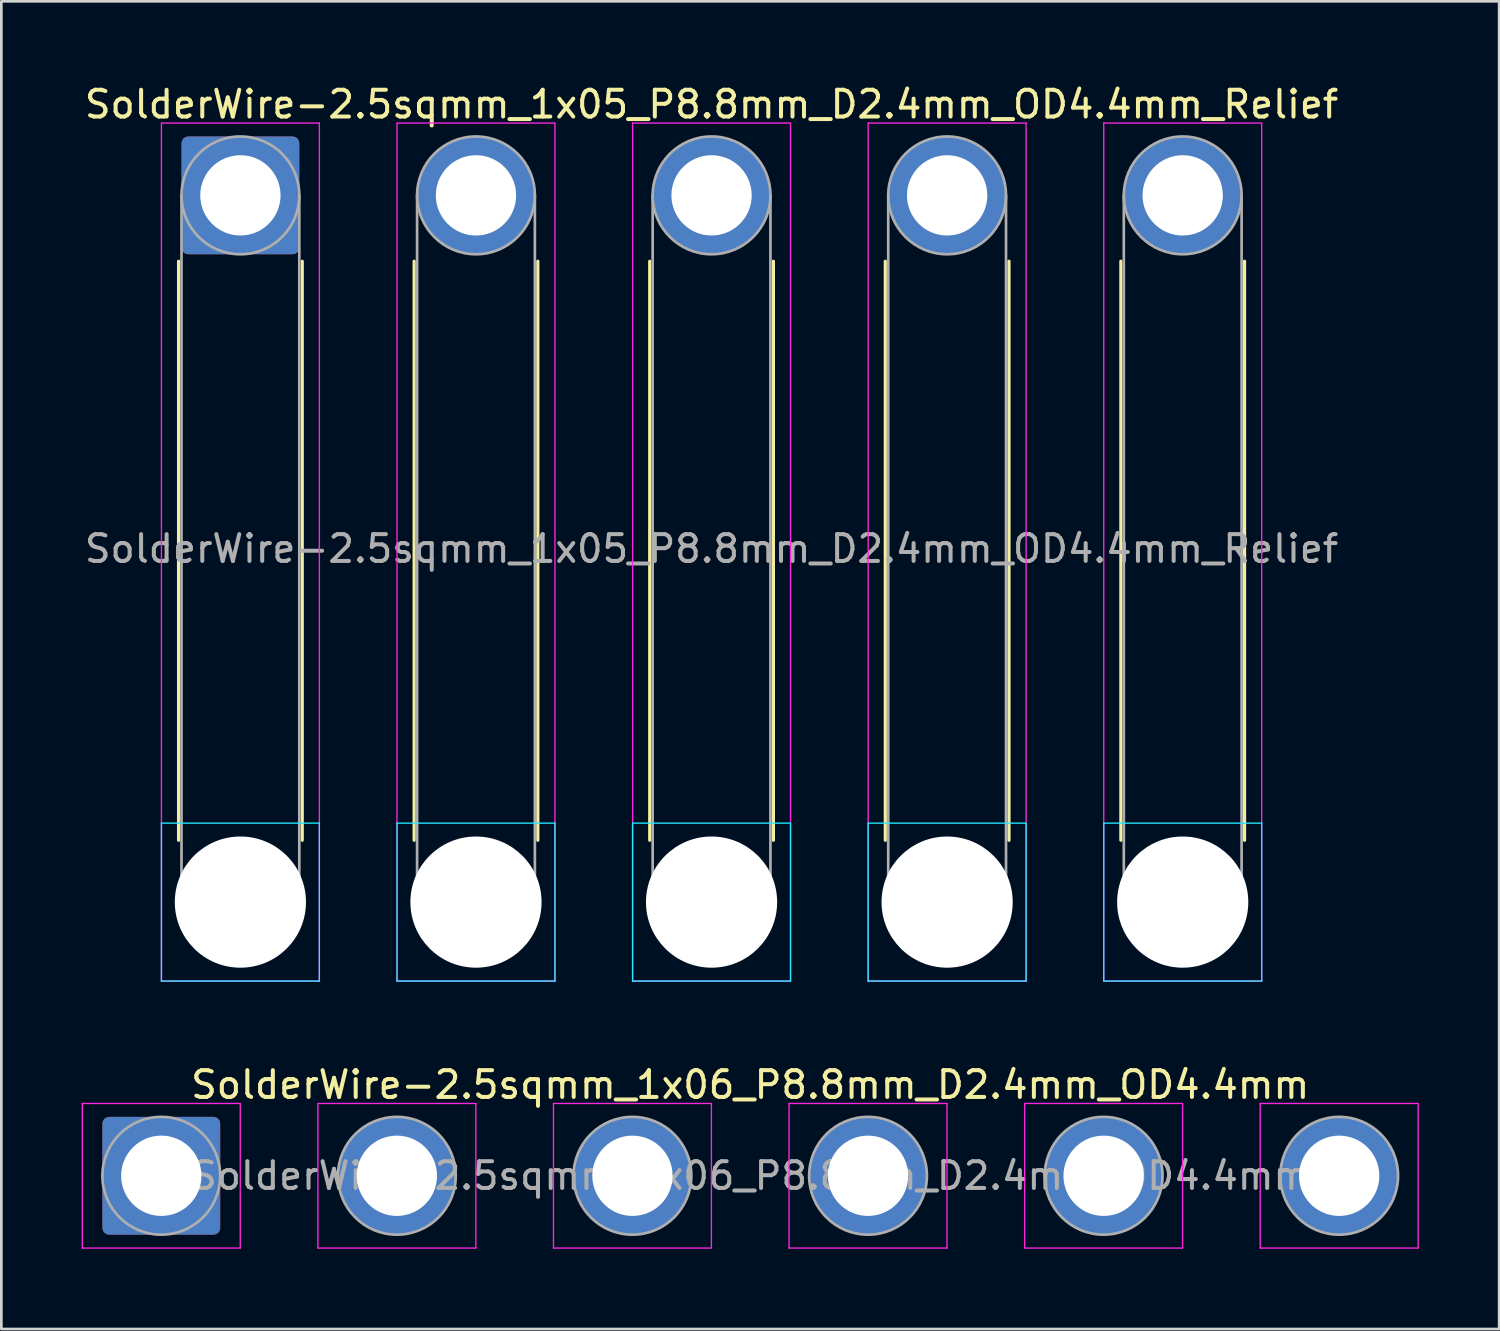
<source format=kicad_pcb>
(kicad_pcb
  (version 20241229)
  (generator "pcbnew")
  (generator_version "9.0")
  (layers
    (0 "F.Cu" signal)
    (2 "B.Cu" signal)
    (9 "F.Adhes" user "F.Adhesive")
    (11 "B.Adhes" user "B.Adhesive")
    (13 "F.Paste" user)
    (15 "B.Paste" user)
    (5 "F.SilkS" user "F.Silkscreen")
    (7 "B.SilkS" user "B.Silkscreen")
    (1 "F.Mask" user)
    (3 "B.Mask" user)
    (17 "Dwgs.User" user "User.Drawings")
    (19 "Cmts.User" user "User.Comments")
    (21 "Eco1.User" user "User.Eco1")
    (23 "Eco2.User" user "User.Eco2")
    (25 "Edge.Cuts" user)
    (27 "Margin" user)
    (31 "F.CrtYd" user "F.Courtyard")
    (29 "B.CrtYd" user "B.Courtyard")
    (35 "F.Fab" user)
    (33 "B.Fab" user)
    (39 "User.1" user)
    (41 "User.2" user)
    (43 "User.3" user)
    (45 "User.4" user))
  (footprint "SolderWire-2.5sqmm_1x06_P8.8mm_D2.4mm_OD4.4mm"
    (layer "F.Cu")
    (at 2.975 40.871)
    (property "Reference" "SolderWire-2.5sqmm_1x06_P8.8mm_D2.4mm_OD4.4mm" (at 22 -3.4 0) (layer "F.SilkS") (effects (font (size 1 1) (thickness 0.15))))
    (attr exclude_from_pos_files exclude_from_bom)
    (fp_line (start -2.95 -2.7) (end -2.95 2.7) (stroke (width 0.05) (type solid)) (layer "F.CrtYd"))
    (fp_line (start -2.95 2.7) (end 2.95 2.7) (stroke (width 0.05) (type solid)) (layer "F.CrtYd"))
    (fp_line (start 2.95 -2.7) (end -2.95 -2.7) (stroke (width 0.05) (type solid)) (layer "F.CrtYd"))
    (fp_line (start 2.95 2.7) (end 2.95 -2.7) (stroke (width 0.05) (type solid)) (layer "F.CrtYd"))
    (fp_line (start 5.85 -2.7) (end 5.85 2.7) (stroke (width 0.05) (type solid)) (layer "F.CrtYd"))
    (fp_line (start 5.85 2.7) (end 11.75 2.7) (stroke (width 0.05) (type solid)) (layer "F.CrtYd"))
    (fp_line (start 11.75 -2.7) (end 5.85 -2.7) (stroke (width 0.05) (type solid)) (layer "F.CrtYd"))
    (fp_line (start 11.75 2.7) (end 11.75 -2.7) (stroke (width 0.05) (type solid)) (layer "F.CrtYd"))
    (fp_line (start 14.65 -2.7) (end 14.65 2.7) (stroke (width 0.05) (type solid)) (layer "F.CrtYd"))
    (fp_line (start 14.65 2.7) (end 20.55 2.7) (stroke (width 0.05) (type solid)) (layer "F.CrtYd"))
    (fp_line (start 20.55 -2.7) (end 14.65 -2.7) (stroke (width 0.05) (type solid)) (layer "F.CrtYd"))
    (fp_line (start 20.55 2.7) (end 20.55 -2.7) (stroke (width 0.05) (type solid)) (layer "F.CrtYd"))
    (fp_line (start 23.45 -2.7) (end 23.45 2.7) (stroke (width 0.05) (type solid)) (layer "F.CrtYd"))
    (fp_line (start 23.45 2.7) (end 29.35 2.7) (stroke (width 0.05) (type solid)) (layer "F.CrtYd"))
    (fp_line (start 29.35 -2.7) (end 23.45 -2.7) (stroke (width 0.05) (type solid)) (layer "F.CrtYd"))
    (fp_line (start 29.35 2.7) (end 29.35 -2.7) (stroke (width 0.05) (type solid)) (layer "F.CrtYd"))
    (fp_line (start 32.25 -2.7) (end 32.25 2.7) (stroke (width 0.05) (type solid)) (layer "F.CrtYd"))
    (fp_line (start 32.25 2.7) (end 38.15 2.7) (stroke (width 0.05) (type solid)) (layer "F.CrtYd"))
    (fp_line (start 38.15 -2.7) (end 32.25 -2.7) (stroke (width 0.05) (type solid)) (layer "F.CrtYd"))
    (fp_line (start 38.15 2.7) (end 38.15 -2.7) (stroke (width 0.05) (type solid)) (layer "F.CrtYd"))
    (fp_line (start 41.05 -2.7) (end 41.05 2.7) (stroke (width 0.05) (type solid)) (layer "F.CrtYd"))
    (fp_line (start 41.05 2.7) (end 46.95 2.7) (stroke (width 0.05) (type solid)) (layer "F.CrtYd"))
    (fp_line (start 46.95 -2.7) (end 41.05 -2.7) (stroke (width 0.05) (type solid)) (layer "F.CrtYd"))
    (fp_line (start 46.95 2.7) (end 46.95 -2.7) (stroke (width 0.05) (type solid)) (layer "F.CrtYd"))
    (fp_circle (center 0 0) (end 2.2 0) (stroke (width 0.1) (type solid)) (fill no) (layer "F.Fab"))
    (fp_circle (center 8.8 0) (end 11 0) (stroke (width 0.1) (type solid)) (fill no) (layer "F.Fab"))
    (fp_circle (center 17.6 0) (end 19.8 0) (stroke (width 0.1) (type solid)) (fill no) (layer "F.Fab"))
    (fp_circle (center 26.4 0) (end 28.6 0) (stroke (width 0.1) (type solid)) (fill no) (layer "F.Fab"))
    (fp_circle (center 35.2 0) (end 37.4 0) (stroke (width 0.1) (type solid)) (fill no) (layer "F.Fab"))
    (fp_circle (center 44 0) (end 46.2 0) (stroke (width 0.1) (type solid)) (fill no) (layer "F.Fab"))
    (fp_text user "${REFERENCE}" (at 22 0 0) (layer "F.Fab") (effects (font (size 1 1) (thickness 0.15))))
    (pad "1" thru_hole roundrect (at 0 0) (size 4.4 4.4) (drill 3) (layers "*.Cu" "*.Mask") (roundrect_rratio 0.057))
    (pad "2" thru_hole circle (at 8.8 0) (size 4.4 4.4) (drill 3) (layers "*.Cu" "*.Mask"))
    (pad "3" thru_hole circle (at 17.6 0) (size 4.4 4.4) (drill 3) (layers "*.Cu" "*.Mask"))
    (pad "4" thru_hole circle (at 26.4 0) (size 4.4 4.4) (drill 3) (layers "*.Cu" "*.Mask"))
    (pad "5" thru_hole circle (at 35.2 0) (size 4.4 4.4) (drill 3) (layers "*.Cu" "*.Mask"))
    (pad "6" thru_hole circle (at 44 0) (size 4.4 4.4) (drill 3) (layers "*.Cu" "*.Mask")))
  (footprint "SolderWire-2.5sqmm_1x05_P8.8mm_D2.4mm_OD4.4mm_Relief"
    (layer "F.Cu")
    (at 5.93 4.248)
    (property "Reference" "SolderWire-2.5sqmm_1x05_P8.8mm_D2.4mm_OD4.4mm_Relief" (at 17.6 -3.4 0) (layer "F.SilkS") (effects (font (size 1 1) (thickness 0.15))))
    (attr exclude_from_pos_files exclude_from_bom)
    (fp_line (start -2.31 2.46) (end -2.31 24.09) (stroke (width 0.12) (type solid)) (layer "F.SilkS"))
    (fp_line (start 2.31 2.46) (end 2.31 24.09) (stroke (width 0.12) (type solid)) (layer "F.SilkS"))
    (fp_line (start 6.49 2.46) (end 6.49 24.09) (stroke (width 0.12) (type solid)) (layer "F.SilkS"))
    (fp_line (start 11.11 2.46) (end 11.11 24.09) (stroke (width 0.12) (type solid)) (layer "F.SilkS"))
    (fp_line (start 15.29 2.46) (end 15.29 24.09) (stroke (width 0.12) (type solid)) (layer "F.SilkS"))
    (fp_line (start 19.91 2.46) (end 19.91 24.09) (stroke (width 0.12) (type solid)) (layer "F.SilkS"))
    (fp_line (start 24.09 2.46) (end 24.09 24.09) (stroke (width 0.12) (type solid)) (layer "F.SilkS"))
    (fp_line (start 28.71 2.46) (end 28.71 24.09) (stroke (width 0.12) (type solid)) (layer "F.SilkS"))
    (fp_line (start 32.89 2.46) (end 32.89 24.09) (stroke (width 0.12) (type solid)) (layer "F.SilkS"))
    (fp_line (start 37.51 2.46) (end 37.51 24.09) (stroke (width 0.12) (type solid)) (layer "F.SilkS"))
    (fp_line (start -2.95 23.45) (end -2.95 29.35) (stroke (width 0.05) (type solid)) (layer "B.CrtYd"))
    (fp_line (start -2.95 29.35) (end 2.95 29.35) (stroke (width 0.05) (type solid)) (layer "B.CrtYd"))
    (fp_line (start 2.95 23.45) (end -2.95 23.45) (stroke (width 0.05) (type solid)) (layer "B.CrtYd"))
    (fp_line (start 2.95 29.35) (end 2.95 23.45) (stroke (width 0.05) (type solid)) (layer "B.CrtYd"))
    (fp_line (start 5.85 23.45) (end 5.85 29.35) (stroke (width 0.05) (type solid)) (layer "B.CrtYd"))
    (fp_line (start 5.85 29.35) (end 11.75 29.35) (stroke (width 0.05) (type solid)) (layer "B.CrtYd"))
    (fp_line (start 11.75 23.45) (end 5.85 23.45) (stroke (width 0.05) (type solid)) (layer "B.CrtYd"))
    (fp_line (start 11.75 29.35) (end 11.75 23.45) (stroke (width 0.05) (type solid)) (layer "B.CrtYd"))
    (fp_line (start 14.65 23.45) (end 14.65 29.35) (stroke (width 0.05) (type solid)) (layer "B.CrtYd"))
    (fp_line (start 14.65 29.35) (end 20.55 29.35) (stroke (width 0.05) (type solid)) (layer "B.CrtYd"))
    (fp_line (start 20.55 23.45) (end 14.65 23.45) (stroke (width 0.05) (type solid)) (layer "B.CrtYd"))
    (fp_line (start 20.55 29.35) (end 20.55 23.45) (stroke (width 0.05) (type solid)) (layer "B.CrtYd"))
    (fp_line (start 23.45 23.45) (end 23.45 29.35) (stroke (width 0.05) (type solid)) (layer "B.CrtYd"))
    (fp_line (start 23.45 29.35) (end 29.35 29.35) (stroke (width 0.05) (type solid)) (layer "B.CrtYd"))
    (fp_line (start 29.35 23.45) (end 23.45 23.45) (stroke (width 0.05) (type solid)) (layer "B.CrtYd"))
    (fp_line (start 29.35 29.35) (end 29.35 23.45) (stroke (width 0.05) (type solid)) (layer "B.CrtYd"))
    (fp_line (start 32.25 23.45) (end 32.25 29.35) (stroke (width 0.05) (type solid)) (layer "B.CrtYd"))
    (fp_line (start 32.25 29.35) (end 38.15 29.35) (stroke (width 0.05) (type solid)) (layer "B.CrtYd"))
    (fp_line (start 38.15 23.45) (end 32.25 23.45) (stroke (width 0.05) (type solid)) (layer "B.CrtYd"))
    (fp_line (start 38.15 29.35) (end 38.15 23.45) (stroke (width 0.05) (type solid)) (layer "B.CrtYd"))
    (fp_line (start -2.95 -2.7) (end -2.95 29.35) (stroke (width 0.05) (type solid)) (layer "F.CrtYd"))
    (fp_line (start -2.95 29.35) (end 2.95 29.35) (stroke (width 0.05) (type solid)) (layer "F.CrtYd"))
    (fp_line (start 2.95 -2.7) (end -2.95 -2.7) (stroke (width 0.05) (type solid)) (layer "F.CrtYd"))
    (fp_line (start 2.95 29.35) (end 2.95 -2.7) (stroke (width 0.05) (type solid)) (layer "F.CrtYd"))
    (fp_line (start 5.85 -2.7) (end 5.85 29.35) (stroke (width 0.05) (type solid)) (layer "F.CrtYd"))
    (fp_line (start 5.85 29.35) (end 11.75 29.35) (stroke (width 0.05) (type solid)) (layer "F.CrtYd"))
    (fp_line (start 11.75 -2.7) (end 5.85 -2.7) (stroke (width 0.05) (type solid)) (layer "F.CrtYd"))
    (fp_line (start 11.75 29.35) (end 11.75 -2.7) (stroke (width 0.05) (type solid)) (layer "F.CrtYd"))
    (fp_line (start 14.65 -2.7) (end 14.65 29.35) (stroke (width 0.05) (type solid)) (layer "F.CrtYd"))
    (fp_line (start 14.65 29.35) (end 20.55 29.35) (stroke (width 0.05) (type solid)) (layer "F.CrtYd"))
    (fp_line (start 20.55 -2.7) (end 14.65 -2.7) (stroke (width 0.05) (type solid)) (layer "F.CrtYd"))
    (fp_line (start 20.55 29.35) (end 20.55 -2.7) (stroke (width 0.05) (type solid)) (layer "F.CrtYd"))
    (fp_line (start 23.45 -2.7) (end 23.45 29.35) (stroke (width 0.05) (type solid)) (layer "F.CrtYd"))
    (fp_line (start 23.45 29.35) (end 29.35 29.35) (stroke (width 0.05) (type solid)) (layer "F.CrtYd"))
    (fp_line (start 29.35 -2.7) (end 23.45 -2.7) (stroke (width 0.05) (type solid)) (layer "F.CrtYd"))
    (fp_line (start 29.35 29.35) (end 29.35 -2.7) (stroke (width 0.05) (type solid)) (layer "F.CrtYd"))
    (fp_line (start 32.25 -2.7) (end 32.25 29.35) (stroke (width 0.05) (type solid)) (layer "F.CrtYd"))
    (fp_line (start 32.25 29.35) (end 38.15 29.35) (stroke (width 0.05) (type solid)) (layer "F.CrtYd"))
    (fp_line (start 38.15 -2.7) (end 32.25 -2.7) (stroke (width 0.05) (type solid)) (layer "F.CrtYd"))
    (fp_line (start 38.15 29.35) (end 38.15 -2.7) (stroke (width 0.05) (type solid)) (layer "F.CrtYd"))
    (fp_line (start -2.2 0) (end -2.2 26.4) (stroke (width 0.1) (type solid)) (layer "F.Fab"))
    (fp_line (start 2.2 0) (end 2.2 26.4) (stroke (width 0.1) (type solid)) (layer "F.Fab"))
    (fp_line (start 6.6 0) (end 6.6 26.4) (stroke (width 0.1) (type solid)) (layer "F.Fab"))
    (fp_line (start 11 0) (end 11 26.4) (stroke (width 0.1) (type solid)) (layer "F.Fab"))
    (fp_line (start 15.4 0) (end 15.4 26.4) (stroke (width 0.1) (type solid)) (layer "F.Fab"))
    (fp_line (start 19.8 0) (end 19.8 26.4) (stroke (width 0.1) (type solid)) (layer "F.Fab"))
    (fp_line (start 24.2 0) (end 24.2 26.4) (stroke (width 0.1) (type solid)) (layer "F.Fab"))
    (fp_line (start 28.6 0) (end 28.6 26.4) (stroke (width 0.1) (type solid)) (layer "F.Fab"))
    (fp_line (start 33 0) (end 33 26.4) (stroke (width 0.1) (type solid)) (layer "F.Fab"))
    (fp_line (start 37.4 0) (end 37.4 26.4) (stroke (width 0.1) (type solid)) (layer "F.Fab"))
    (fp_circle (center 0 0) (end 2.2 0) (stroke (width 0.1) (type solid)) (fill no) (layer "F.Fab"))
    (fp_circle (center 0 26.4) (end 2.2 26.4) (stroke (width 0.1) (type solid)) (fill no) (layer "F.Fab"))
    (fp_circle (center 8.8 0) (end 11 0) (stroke (width 0.1) (type solid)) (fill no) (layer "F.Fab"))
    (fp_circle (center 8.8 26.4) (end 11 26.4) (stroke (width 0.1) (type solid)) (fill no) (layer "F.Fab"))
    (fp_circle (center 17.6 0) (end 19.8 0) (stroke (width 0.1) (type solid)) (fill no) (layer "F.Fab"))
    (fp_circle (center 17.6 26.4) (end 19.8 26.4) (stroke (width 0.1) (type solid)) (fill no) (layer "F.Fab"))
    (fp_circle (center 26.4 0) (end 28.6 0) (stroke (width 0.1) (type solid)) (fill no) (layer "F.Fab"))
    (fp_circle (center 26.4 26.4) (end 28.6 26.4) (stroke (width 0.1) (type solid)) (fill no) (layer "F.Fab"))
    (fp_circle (center 35.2 0) (end 37.4 0) (stroke (width 0.1) (type solid)) (fill no) (layer "F.Fab"))
    (fp_circle (center 35.2 26.4) (end 37.4 26.4) (stroke (width 0.1) (type solid)) (fill no) (layer "F.Fab"))
    (fp_text user "${REFERENCE}" (at 17.6 13.2 0) (layer "F.Fab") (effects (font (size 1 1) (thickness 0.15))))
    (pad "" np_thru_hole circle (at 0 26.4) (size 4.9 4.9) (drill 4.9) (layers "*.Cu" "*.Mask"))
    (pad "" np_thru_hole circle (at 8.8 26.4) (size 4.9 4.9) (drill 4.9) (layers "*.Cu" "*.Mask"))
    (pad "" np_thru_hole circle (at 17.6 26.4) (size 4.9 4.9) (drill 4.9) (layers "*.Cu" "*.Mask"))
    (pad "" np_thru_hole circle (at 26.4 26.4) (size 4.9 4.9) (drill 4.9) (layers "*.Cu" "*.Mask"))
    (pad "" np_thru_hole circle (at 35.2 26.4) (size 4.9 4.9) (drill 4.9) (layers "*.Cu" "*.Mask"))
    (pad "1" thru_hole roundrect (at 0 0) (size 4.4 4.4) (drill 3) (layers "*.Cu" "*.Mask") (roundrect_rratio 0.057))
    (pad "2" thru_hole circle (at 8.8 0) (size 4.4 4.4) (drill 3) (layers "*.Cu" "*.Mask"))
    (pad "3" thru_hole circle (at 17.6 0) (size 4.4 4.4) (drill 3) (layers "*.Cu" "*.Mask"))
    (pad "4" thru_hole circle (at 26.4 0) (size 4.4 4.4) (drill 3) (layers "*.Cu" "*.Mask"))
    (pad "5" thru_hole circle (at 35.2 0) (size 4.4 4.4) (drill 3) (layers "*.Cu" "*.Mask")))
  (gr_rect
    (start -3 -3)
    (end 52.95 46.596)
    (stroke (width 0.1) (type default))
    (fill no)
    (layer "Edge.Cuts")))
</source>
